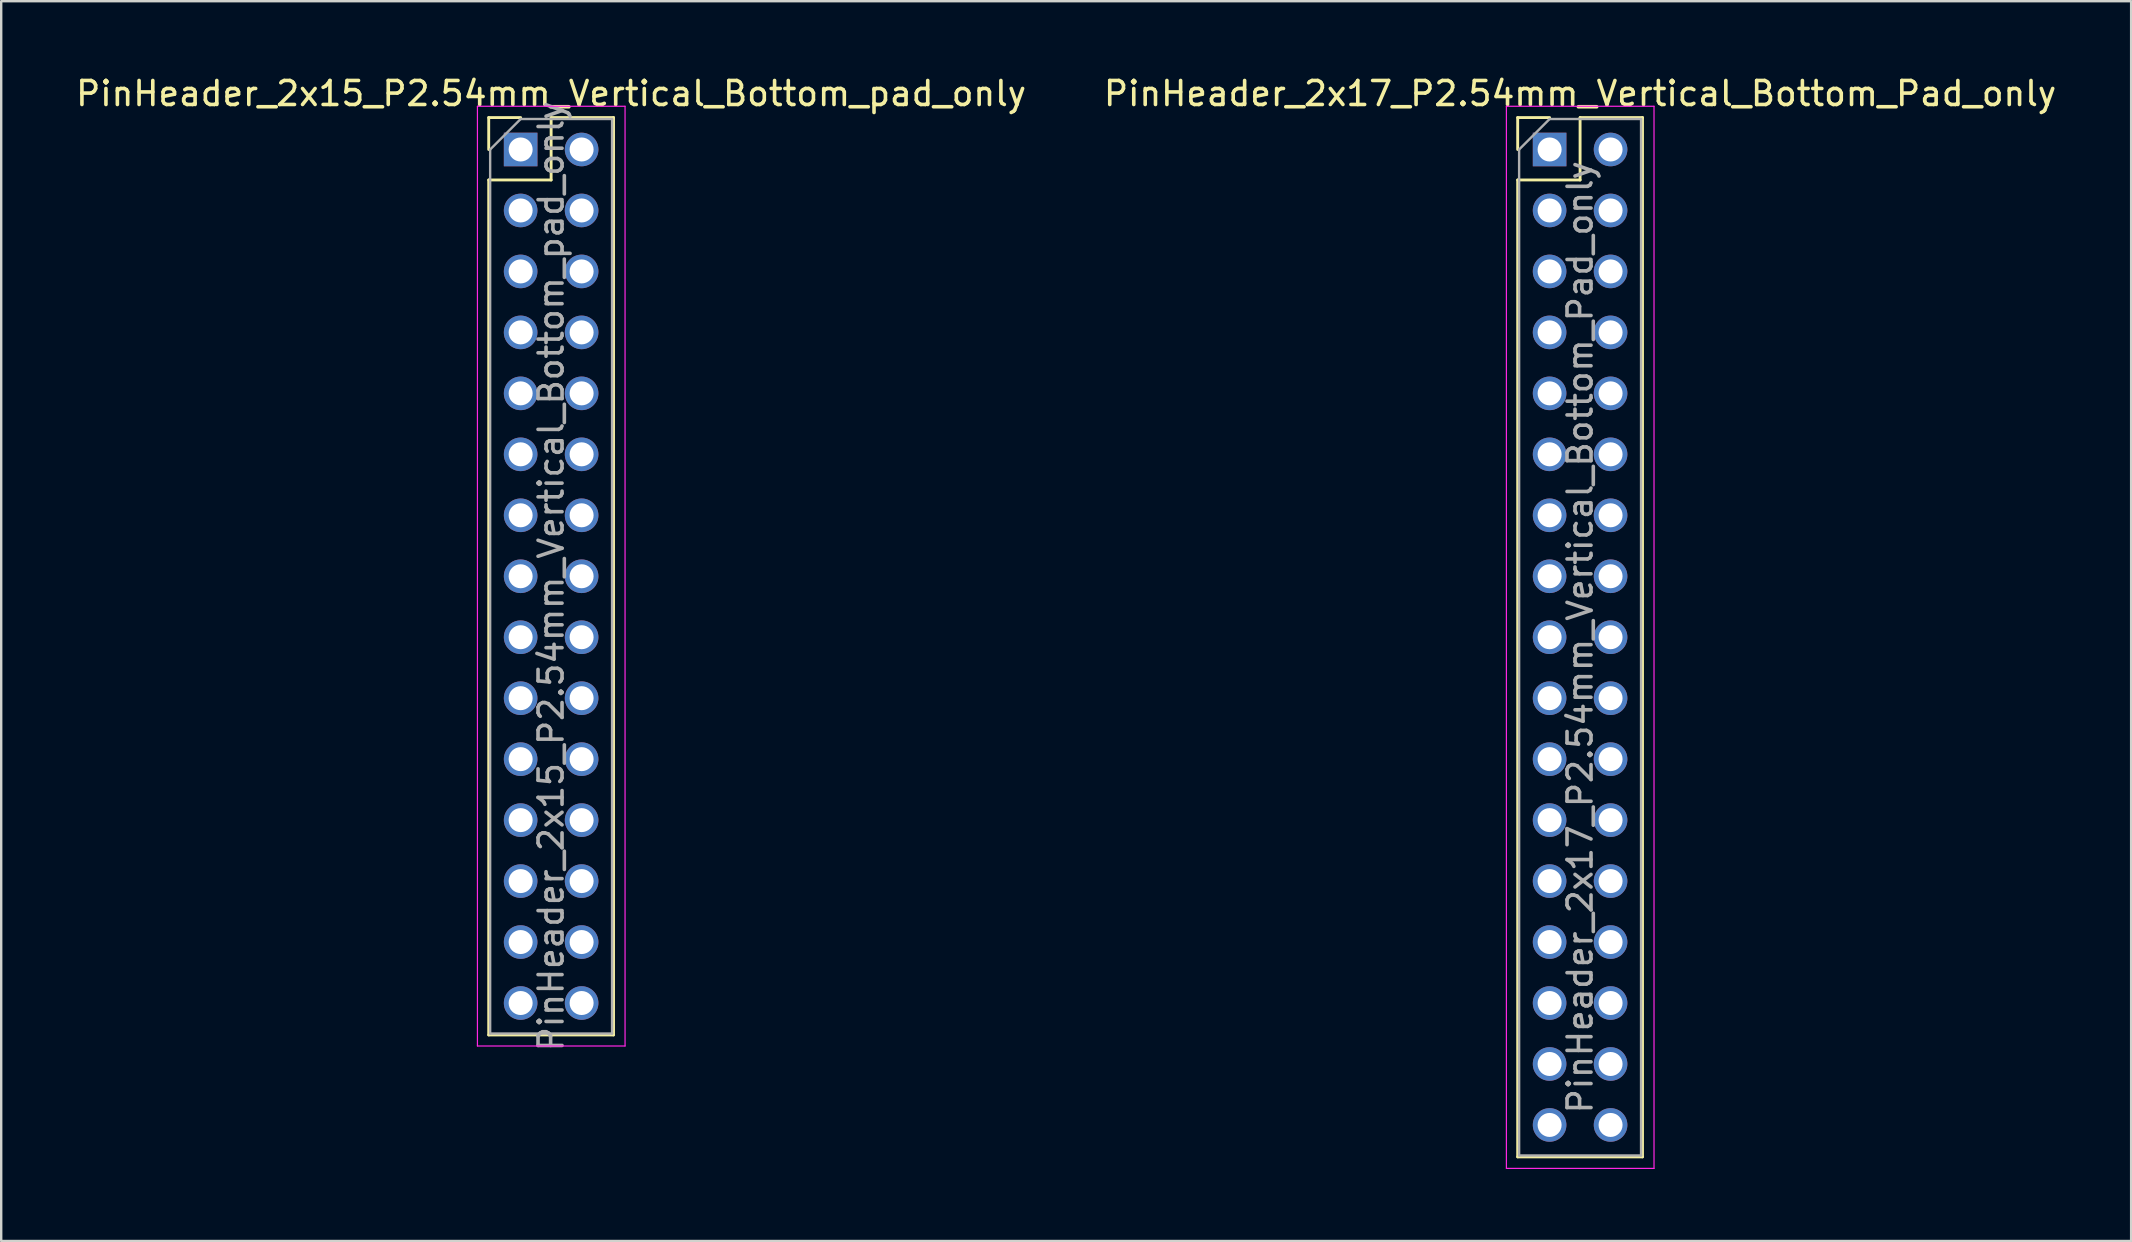
<source format=kicad_pcb>
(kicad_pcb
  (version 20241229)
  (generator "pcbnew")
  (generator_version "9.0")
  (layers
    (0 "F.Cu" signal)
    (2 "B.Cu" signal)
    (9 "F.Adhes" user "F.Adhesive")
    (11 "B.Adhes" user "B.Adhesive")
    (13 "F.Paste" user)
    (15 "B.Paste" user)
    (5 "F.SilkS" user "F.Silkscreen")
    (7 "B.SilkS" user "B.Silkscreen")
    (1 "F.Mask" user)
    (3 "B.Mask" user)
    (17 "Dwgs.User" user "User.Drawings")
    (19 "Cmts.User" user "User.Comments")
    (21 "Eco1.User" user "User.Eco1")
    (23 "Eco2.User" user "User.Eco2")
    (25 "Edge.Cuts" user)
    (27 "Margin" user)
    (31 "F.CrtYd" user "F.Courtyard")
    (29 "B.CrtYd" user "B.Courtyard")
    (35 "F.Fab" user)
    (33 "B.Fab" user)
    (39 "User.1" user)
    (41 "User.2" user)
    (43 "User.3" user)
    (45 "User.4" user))
  (footprint "PinHeader_2x17_P2.54mm_Vertical_Bottom_Pad_only"
    (layer "F.Cu")
    (at 61.51 3.178)
    (property "Reference" "PinHeader_2x17_P2.54mm_Vertical_Bottom_Pad_only" (at 1.27 -2.33 0) (layer "F.SilkS") (effects (font (size 1 1) (thickness 0.15))))
    (attr through_hole)
    (fp_line (start -1.33 -1.33) (end 0 -1.33) (stroke (width 0.12) (type solid)) (layer "F.SilkS"))
    (fp_line (start -1.33 0) (end -1.33 -1.33) (stroke (width 0.12) (type solid)) (layer "F.SilkS"))
    (fp_line (start -1.33 1.27) (end -1.33 41.97) (stroke (width 0.12) (type solid)) (layer "F.SilkS"))
    (fp_line (start -1.33 1.27) (end 1.27 1.27) (stroke (width 0.12) (type solid)) (layer "F.SilkS"))
    (fp_line (start -1.33 41.97) (end 3.87 41.97) (stroke (width 0.12) (type solid)) (layer "F.SilkS"))
    (fp_line (start 1.27 -1.33) (end 3.87 -1.33) (stroke (width 0.12) (type solid)) (layer "F.SilkS"))
    (fp_line (start 1.27 1.27) (end 1.27 -1.33) (stroke (width 0.12) (type solid)) (layer "F.SilkS"))
    (fp_line (start 3.87 -1.33) (end 3.87 41.97) (stroke (width 0.12) (type solid)) (layer "F.SilkS"))
    (fp_line (start -1.8 -1.8) (end -1.8 42.45) (stroke (width 0.05) (type solid)) (layer "F.CrtYd"))
    (fp_line (start -1.8 42.45) (end 4.35 42.45) (stroke (width 0.05) (type solid)) (layer "F.CrtYd"))
    (fp_line (start 4.35 -1.8) (end -1.8 -1.8) (stroke (width 0.05) (type solid)) (layer "F.CrtYd"))
    (fp_line (start 4.35 42.45) (end 4.35 -1.8) (stroke (width 0.05) (type solid)) (layer "F.CrtYd"))
    (fp_line (start -1.27 0) (end 0 -1.27) (stroke (width 0.1) (type solid)) (layer "F.Fab"))
    (fp_line (start -1.27 41.91) (end -1.27 0) (stroke (width 0.1) (type solid)) (layer "F.Fab"))
    (fp_line (start 0 -1.27) (end 3.81 -1.27) (stroke (width 0.1) (type solid)) (layer "F.Fab"))
    (fp_line (start 3.81 -1.27) (end 3.81 41.91) (stroke (width 0.1) (type solid)) (layer "F.Fab"))
    (fp_line (start 3.81 41.91) (end -1.27 41.91) (stroke (width 0.1) (type solid)) (layer "F.Fab"))
    (fp_text user "${REFERENCE}" (at 1.27 20.32 90) (layer "F.Fab") (effects (font (size 1 1) (thickness 0.15))))
    (pad "1" thru_hole rect (at 0 0) (size 1.4 1.4) (drill 1) (layers "*.Mask" "B.Cu"))
    (pad "2" thru_hole circle (at 2.54 0) (size 1.4 1.4) (drill 1) (layers "*.Mask" "B.Cu"))
    (pad "3" thru_hole oval (at 0 2.54) (size 1.4 1.4) (drill 1) (layers "*.Mask" "B.Cu"))
    (pad "4" thru_hole oval (at 2.54 2.54) (size 1.4 1.4) (drill 1) (layers "*.Mask" "B.Cu"))
    (pad "5" thru_hole oval (at 0 5.08) (size 1.4 1.4) (drill 1) (layers "*.Mask" "B.Cu"))
    (pad "6" thru_hole oval (at 2.54 5.08) (size 1.4 1.4) (drill 1) (layers "*.Mask" "B.Cu"))
    (pad "7" thru_hole oval (at 0 7.62) (size 1.4 1.4) (drill 1) (layers "*.Mask" "B.Cu"))
    (pad "8" thru_hole oval (at 2.54 7.62) (size 1.4 1.4) (drill 1) (layers "*.Mask" "B.Cu"))
    (pad "9" thru_hole oval (at 0 10.16) (size 1.4 1.4) (drill 1) (layers "*.Mask" "B.Cu"))
    (pad "10" thru_hole oval (at 2.54 10.16) (size 1.4 1.4) (drill 1) (layers "*.Mask" "B.Cu"))
    (pad "11" thru_hole oval (at 0 12.7) (size 1.4 1.4) (drill 1) (layers "*.Mask" "B.Cu"))
    (pad "12" thru_hole oval (at 2.54 12.7) (size 1.4 1.4) (drill 1) (layers "*.Mask" "B.Cu"))
    (pad "13" thru_hole oval (at 0 15.24) (size 1.4 1.4) (drill 1) (layers "*.Mask" "B.Cu"))
    (pad "14" thru_hole oval (at 2.54 15.24) (size 1.4 1.4) (drill 1) (layers "*.Mask" "B.Cu"))
    (pad "15" thru_hole oval (at 0 17.78) (size 1.4 1.4) (drill 1) (layers "*.Mask" "B.Cu"))
    (pad "16" thru_hole oval (at 2.54 17.78) (size 1.4 1.4) (drill 1) (layers "*.Mask" "B.Cu"))
    (pad "17" thru_hole oval (at 0 20.32) (size 1.4 1.4) (drill 1) (layers "*.Mask" "B.Cu"))
    (pad "18" thru_hole oval (at 2.54 20.32) (size 1.4 1.4) (drill 1) (layers "*.Mask" "B.Cu"))
    (pad "19" thru_hole oval (at 0 22.86) (size 1.4 1.4) (drill 1) (layers "*.Mask" "B.Cu"))
    (pad "20" thru_hole oval (at 2.54 22.86) (size 1.4 1.4) (drill 1) (layers "*.Mask" "B.Cu"))
    (pad "21" thru_hole oval (at 0 25.4) (size 1.4 1.4) (drill 1) (layers "*.Mask" "B.Cu"))
    (pad "22" thru_hole oval (at 2.54 25.4) (size 1.4 1.4) (drill 1) (layers "*.Mask" "B.Cu"))
    (pad "23" thru_hole oval (at 0 27.94) (size 1.4 1.4) (drill 1) (layers "*.Mask" "B.Cu"))
    (pad "24" thru_hole oval (at 2.54 27.94) (size 1.4 1.4) (drill 1) (layers "*.Mask" "B.Cu"))
    (pad "25" thru_hole oval (at 0 30.48) (size 1.4 1.4) (drill 1) (layers "*.Mask" "B.Cu"))
    (pad "26" thru_hole oval (at 2.54 30.48) (size 1.4 1.4) (drill 1) (layers "*.Mask" "B.Cu"))
    (pad "27" thru_hole oval (at 0 33.02) (size 1.4 1.4) (drill 1) (layers "*.Mask" "B.Cu"))
    (pad "28" thru_hole oval (at 2.54 33.02) (size 1.4 1.4) (drill 1) (layers "*.Mask" "B.Cu"))
    (pad "29" thru_hole oval (at 0 35.56) (size 1.4 1.4) (drill 1) (layers "*.Mask" "B.Cu"))
    (pad "30" thru_hole oval (at 2.54 35.56) (size 1.4 1.4) (drill 1) (layers "*.Mask" "B.Cu"))
    (pad "31" thru_hole oval (at 0 38.1) (size 1.4 1.4) (drill 1) (layers "*.Mask" "B.Cu"))
    (pad "32" thru_hole oval (at 2.54 38.1) (size 1.4 1.4) (drill 1) (layers "*.Mask" "B.Cu"))
    (pad "33" thru_hole oval (at 0 40.64) (size 1.4 1.4) (drill 1) (layers "*.Mask" "B.Cu"))
    (pad "34" thru_hole oval (at 2.54 40.64) (size 1.4 1.4) (drill 1) (layers "*.Mask" "B.Cu")))
  (footprint "PinHeader_2x15_P2.54mm_Vertical_Bottom_pad_only"
    (layer "F.Cu")
    (at 18.641 3.178)
    (property "Reference" "PinHeader_2x15_P2.54mm_Vertical_Bottom_pad_only" (at 1.27 -2.33 0) (layer "F.SilkS") (effects (font (size 1 1) (thickness 0.15))))
    (attr through_hole)
    (fp_line (start -1.33 -1.33) (end 0 -1.33) (stroke (width 0.12) (type solid)) (layer "F.SilkS"))
    (fp_line (start -1.33 0) (end -1.33 -1.33) (stroke (width 0.12) (type solid)) (layer "F.SilkS"))
    (fp_line (start -1.33 1.27) (end -1.33 36.89) (stroke (width 0.12) (type solid)) (layer "F.SilkS"))
    (fp_line (start -1.33 1.27) (end 1.27 1.27) (stroke (width 0.12) (type solid)) (layer "F.SilkS"))
    (fp_line (start -1.33 36.89) (end 3.87 36.89) (stroke (width 0.12) (type solid)) (layer "F.SilkS"))
    (fp_line (start 1.27 -1.33) (end 3.87 -1.33) (stroke (width 0.12) (type solid)) (layer "F.SilkS"))
    (fp_line (start 1.27 1.27) (end 1.27 -1.33) (stroke (width 0.12) (type solid)) (layer "F.SilkS"))
    (fp_line (start 3.87 -1.33) (end 3.87 36.89) (stroke (width 0.12) (type solid)) (layer "F.SilkS"))
    (fp_line (start -1.8 -1.8) (end -1.8 37.35) (stroke (width 0.05) (type solid)) (layer "F.CrtYd"))
    (fp_line (start -1.8 37.35) (end 4.35 37.35) (stroke (width 0.05) (type solid)) (layer "F.CrtYd"))
    (fp_line (start 4.35 -1.8) (end -1.8 -1.8) (stroke (width 0.05) (type solid)) (layer "F.CrtYd"))
    (fp_line (start 4.35 37.35) (end 4.35 -1.8) (stroke (width 0.05) (type solid)) (layer "F.CrtYd"))
    (fp_line (start -1.27 0) (end 0 -1.27) (stroke (width 0.1) (type solid)) (layer "F.Fab"))
    (fp_line (start -1.27 36.83) (end -1.27 0) (stroke (width 0.1) (type solid)) (layer "F.Fab"))
    (fp_line (start 0 -1.27) (end 3.81 -1.27) (stroke (width 0.1) (type solid)) (layer "F.Fab"))
    (fp_line (start 3.81 -1.27) (end 3.81 36.83) (stroke (width 0.1) (type solid)) (layer "F.Fab"))
    (fp_line (start 3.81 36.83) (end -1.27 36.83) (stroke (width 0.1) (type solid)) (layer "F.Fab"))
    (fp_text user "${REFERENCE}" (at 1.27 17.78 90) (layer "F.Fab") (effects (font (size 1 1) (thickness 0.15))))
    (pad "1" thru_hole rect (at 0 0) (size 1.4 1.4) (drill 1) (layers "*.Mask" "B.Cu"))
    (pad "2" thru_hole oval (at 2.54 0) (size 1.4 1.4) (drill 1) (layers "*.Mask" "B.Cu"))
    (pad "3" thru_hole oval (at 0 2.54) (size 1.4 1.4) (drill 1) (layers "*.Mask" "B.Cu"))
    (pad "4" thru_hole oval (at 2.54 2.54) (size 1.4 1.4) (drill 1) (layers "*.Mask" "B.Cu"))
    (pad "5" thru_hole oval (at 0 5.08) (size 1.4 1.4) (drill 1) (layers "*.Mask" "B.Cu"))
    (pad "6" thru_hole oval (at 2.54 5.08) (size 1.4 1.4) (drill 1) (layers "*.Mask" "B.Cu"))
    (pad "7" thru_hole oval (at 0 7.62) (size 1.4 1.4) (drill 1) (layers "*.Mask" "B.Cu"))
    (pad "8" thru_hole oval (at 2.54 7.62) (size 1.4 1.4) (drill 1) (layers "*.Mask" "B.Cu"))
    (pad "9" thru_hole oval (at 0 10.16) (size 1.4 1.4) (drill 1) (layers "*.Mask" "B.Cu"))
    (pad "10" thru_hole oval (at 2.54 10.16) (size 1.4 1.4) (drill 1) (layers "*.Mask" "B.Cu"))
    (pad "11" thru_hole oval (at 0 12.7) (size 1.4 1.4) (drill 1) (layers "*.Mask" "B.Cu"))
    (pad "12" thru_hole oval (at 2.54 12.7) (size 1.4 1.4) (drill 1) (layers "*.Mask" "B.Cu"))
    (pad "13" thru_hole oval (at 0 15.24) (size 1.4 1.4) (drill 1) (layers "*.Mask" "B.Cu"))
    (pad "14" thru_hole oval (at 2.54 15.24) (size 1.4 1.4) (drill 1) (layers "*.Mask" "B.Cu"))
    (pad "15" thru_hole oval (at 0 17.78) (size 1.4 1.4) (drill 1) (layers "*.Mask" "B.Cu"))
    (pad "16" thru_hole oval (at 2.54 17.78) (size 1.4 1.4) (drill 1) (layers "*.Mask" "B.Cu"))
    (pad "17" thru_hole oval (at 0 20.32) (size 1.4 1.4) (drill 1) (layers "*.Mask" "B.Cu"))
    (pad "18" thru_hole oval (at 2.54 20.32) (size 1.4 1.4) (drill 1) (layers "*.Mask" "B.Cu"))
    (pad "19" thru_hole oval (at 0 22.86) (size 1.4 1.4) (drill 1) (layers "*.Mask" "B.Cu"))
    (pad "20" thru_hole oval (at 2.54 22.86) (size 1.4 1.4) (drill 1) (layers "*.Mask" "B.Cu"))
    (pad "21" thru_hole oval (at 0 25.4) (size 1.4 1.4) (drill 1) (layers "*.Mask" "B.Cu"))
    (pad "22" thru_hole oval (at 2.54 25.4) (size 1.4 1.4) (drill 1) (layers "*.Mask" "B.Cu"))
    (pad "23" thru_hole oval (at 0 27.94) (size 1.4 1.4) (drill 1) (layers "*.Mask" "B.Cu"))
    (pad "24" thru_hole oval (at 2.54 27.94) (size 1.4 1.4) (drill 1) (layers "*.Mask" "B.Cu"))
    (pad "25" thru_hole oval (at 0 30.48) (size 1.4 1.4) (drill 1) (layers "*.Mask" "B.Cu"))
    (pad "26" thru_hole oval (at 2.54 30.48) (size 1.4 1.4) (drill 1) (layers "*.Mask" "B.Cu"))
    (pad "27" thru_hole oval (at 0 33.02) (size 1.4 1.4) (drill 1) (layers "*.Mask" "B.Cu"))
    (pad "28" thru_hole oval (at 2.54 33.02) (size 1.4 1.4) (drill 1) (layers "*.Mask" "B.Cu"))
    (pad "29" thru_hole oval (at 0 35.56) (size 1.4 1.4) (drill 1) (layers "*.Mask" "B.Cu"))
    (pad "30" thru_hole oval (at 2.54 35.56) (size 1.4 1.4) (drill 1) (layers "*.Mask" "B.Cu")))
  (gr_rect
    (start -3 -3)
    (end 85.738 48.653)
    (stroke (width 0.1) (type default))
    (fill no)
    (layer "Edge.Cuts")))
</source>
